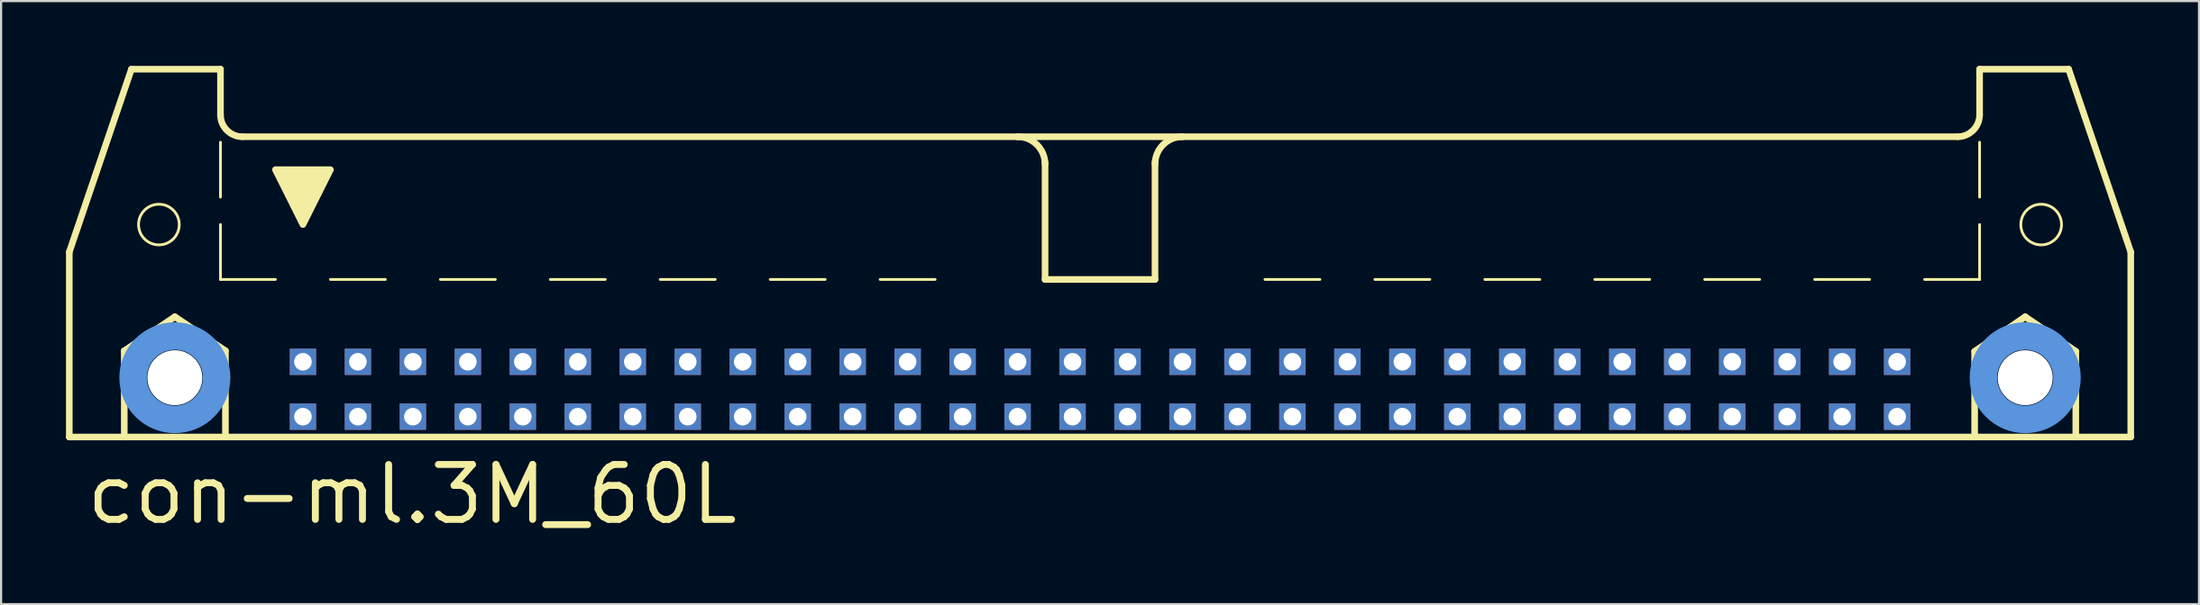
<source format=kicad_pcb>
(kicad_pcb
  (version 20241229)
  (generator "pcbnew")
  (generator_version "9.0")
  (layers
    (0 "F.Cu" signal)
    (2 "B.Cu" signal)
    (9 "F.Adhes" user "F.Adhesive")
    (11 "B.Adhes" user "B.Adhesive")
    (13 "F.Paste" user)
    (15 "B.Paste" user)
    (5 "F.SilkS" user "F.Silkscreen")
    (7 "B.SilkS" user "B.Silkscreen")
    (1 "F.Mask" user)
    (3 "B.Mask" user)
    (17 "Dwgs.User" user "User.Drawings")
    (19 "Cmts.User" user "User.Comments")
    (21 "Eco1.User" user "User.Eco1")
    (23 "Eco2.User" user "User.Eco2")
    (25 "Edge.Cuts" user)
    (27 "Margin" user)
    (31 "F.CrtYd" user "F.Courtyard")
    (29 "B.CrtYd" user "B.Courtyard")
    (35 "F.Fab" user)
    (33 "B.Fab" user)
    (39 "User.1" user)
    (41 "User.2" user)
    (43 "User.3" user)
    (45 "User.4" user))
  (footprint "con-ml.3M_60L"
    (layer "F.Cu")
    (at 47.777 11.151)
    (property "Reference" "con-ml.3M_60L" (at -46.99 10.16 0) (layer "F.SilkS") (effects (font (size 2.54 2.54) (thickness 0.32)) (justify left bottom)))
    (attr through_hole)
    (fp_line (start -47.625 -2.54) (end -47.625 6.02) (stroke (width 0.305) (type default)) (layer "F.SilkS"))
    (fp_line (start -47.625 -2.54) (end -44.755 -10.998) (stroke (width 0.305) (type default)) (layer "F.SilkS"))
    (fp_line (start -47.625 6.02) (end -45.085 6.02) (stroke (width 0.305) (type default)) (layer "F.SilkS"))
    (fp_line (start -45.085 2.032) (end -42.748 0.457) (stroke (width 0.305) (type default)) (layer "F.SilkS"))
    (fp_line (start -45.085 6.02) (end -45.085 2.032) (stroke (width 0.305) (type default)) (layer "F.SilkS"))
    (fp_line (start -45.085 6.02) (end -40.411 6.02) (stroke (width 0.305) (type default)) (layer "F.SilkS"))
    (fp_line (start -42.748 0.457) (end -40.411 2.032) (stroke (width 0.305) (type default)) (layer "F.SilkS"))
    (fp_line (start -40.64 -10.998) (end -44.755 -10.998) (stroke (width 0.305) (type default)) (layer "F.SilkS"))
    (fp_line (start -40.64 -8.89) (end -40.64 -10.998) (stroke (width 0.305) (type default)) (layer "F.SilkS"))
    (fp_line (start -40.64 -5.08) (end -40.64 -7.62) (stroke (width 0.127) (type default)) (layer "F.SilkS"))
    (fp_line (start -40.64 -1.27) (end -40.64 -3.81) (stroke (width 0.127) (type default)) (layer "F.SilkS"))
    (fp_line (start -40.64 -1.27) (end -38.1 -1.27) (stroke (width 0.127) (type default)) (layer "F.SilkS"))
    (fp_line (start -40.411 2.032) (end -40.411 6.02) (stroke (width 0.305) (type default)) (layer "F.SilkS"))
    (fp_line (start -40.411 6.02) (end 40.411 6.02) (stroke (width 0.305) (type default)) (layer "F.SilkS"))
    (fp_line (start -35.56 -1.27) (end -33.02 -1.27) (stroke (width 0.127) (type default)) (layer "F.SilkS"))
    (fp_line (start -30.48 -1.27) (end -27.94 -1.27) (stroke (width 0.127) (type default)) (layer "F.SilkS"))
    (fp_line (start -25.4 -1.27) (end -22.86 -1.27) (stroke (width 0.127) (type default)) (layer "F.SilkS"))
    (fp_line (start -20.32 -1.27) (end -17.78 -1.27) (stroke (width 0.127) (type default)) (layer "F.SilkS"))
    (fp_line (start -12.7 -1.27) (end -15.24 -1.27) (stroke (width 0.127) (type default)) (layer "F.SilkS"))
    (fp_line (start -7.62 -1.27) (end -10.16 -1.27) (stroke (width 0.127) (type default)) (layer "F.SilkS"))
    (fp_line (start -3.81 -7.874) (end -39.624 -7.874) (stroke (width 0.305) (type default)) (layer "F.SilkS"))
    (fp_line (start -3.81 -7.874) (end 39.624 -7.874) (stroke (width 0.305) (type default)) (layer "F.SilkS"))
    (fp_line (start -2.54 -1.27) (end -2.54 -6.68) (stroke (width 0.305) (type default)) (layer "F.SilkS"))
    (fp_line (start 2.54 -1.27) (end -2.54 -1.27) (stroke (width 0.305) (type default)) (layer "F.SilkS"))
    (fp_line (start 2.54 -1.27) (end 2.54 -6.68) (stroke (width 0.305) (type default)) (layer "F.SilkS"))
    (fp_line (start 7.62 -1.27) (end 10.16 -1.27) (stroke (width 0.127) (type default)) (layer "F.SilkS"))
    (fp_line (start 12.7 -1.27) (end 15.24 -1.27) (stroke (width 0.127) (type default)) (layer "F.SilkS"))
    (fp_line (start 20.32 -1.27) (end 17.78 -1.27) (stroke (width 0.127) (type default)) (layer "F.SilkS"))
    (fp_line (start 25.4 -1.27) (end 22.86 -1.27) (stroke (width 0.127) (type default)) (layer "F.SilkS"))
    (fp_line (start 30.48 -1.27) (end 27.94 -1.27) (stroke (width 0.127) (type default)) (layer "F.SilkS"))
    (fp_line (start 35.56 -1.27) (end 33.02 -1.27) (stroke (width 0.127) (type default)) (layer "F.SilkS"))
    (fp_line (start 40.411 2.057) (end 42.748 0.457) (stroke (width 0.305) (type default)) (layer "F.SilkS"))
    (fp_line (start 40.411 6.02) (end 40.411 2.057) (stroke (width 0.305) (type default)) (layer "F.SilkS"))
    (fp_line (start 40.411 6.02) (end 45.085 6.02) (stroke (width 0.305) (type default)) (layer "F.SilkS"))
    (fp_line (start 40.64 -10.998) (end 44.755 -10.998) (stroke (width 0.305) (type default)) (layer "F.SilkS"))
    (fp_line (start 40.64 -8.89) (end 40.64 -10.998) (stroke (width 0.305) (type default)) (layer "F.SilkS"))
    (fp_line (start 40.64 -5.08) (end 40.64 -7.62) (stroke (width 0.127) (type default)) (layer "F.SilkS"))
    (fp_line (start 40.64 -1.27) (end 38.1 -1.27) (stroke (width 0.127) (type default)) (layer "F.SilkS"))
    (fp_line (start 40.64 -1.27) (end 40.64 -3.81) (stroke (width 0.127) (type default)) (layer "F.SilkS"))
    (fp_line (start 42.748 0.457) (end 45.085 2.057) (stroke (width 0.305) (type default)) (layer "F.SilkS"))
    (fp_line (start 45.085 2.057) (end 45.085 6.02) (stroke (width 0.305) (type default)) (layer "F.SilkS"))
    (fp_line (start 45.085 6.02) (end 47.625 6.02) (stroke (width 0.305) (type default)) (layer "F.SilkS"))
    (fp_line (start 47.625 -2.54) (end 44.755 -10.998) (stroke (width 0.305) (type default)) (layer "F.SilkS"))
    (fp_line (start 47.625 6.02) (end 47.625 -2.54) (stroke (width 0.305) (type default)) (layer "F.SilkS"))
    (fp_arc (start -39.624 -7.874) (mid -40.34242 -8.17158) (end -40.64 -8.89) (stroke (width 0.3048) (type default)) (layer "F.SilkS"))
    (fp_arc (start -3.81 -7.874) (mid -2.911974 -7.502026) (end -2.54 -6.604) (stroke (width 0.3048) (type default)) (layer "F.SilkS"))
    (fp_arc (start 2.54 -6.604) (mid 2.911974 -7.502026) (end 3.81 -7.874) (stroke (width 0.3048) (type default)) (layer "F.SilkS"))
    (fp_arc (start 40.64 -8.89) (mid 40.34242 -8.17158) (end 39.624 -7.874) (stroke (width 0.3048) (type default)) (layer "F.SilkS"))
    (fp_circle (center -43.485 -3.81) (end -42.545 -3.81) (stroke (width 0.127) (type default)) (fill no) (layer "F.SilkS"))
    (fp_circle (center 43.485 -3.81) (end 44.425 -3.81) (stroke (width 0.127) (type default)) (fill no) (layer "F.SilkS"))
    (fp_poly (pts (xy -38.1 -6.35) (xy -35.56 -6.35) (xy -36.83 -3.81)) (stroke (width 0.305) (type default)) (fill yes) (layer "F.SilkS"))
    (fp_circle (center -42.748 3.277) (end -40.818 3.277) (stroke (width 1.27) (type default)) (fill no) (layer "Cmts.User"))
    (fp_circle (center 42.748 3.277) (end 44.679 3.277) (stroke (width 1.27) (type default)) (fill no) (layer "Cmts.User"))
    (pad "" np_thru_hole circle (at -42.748 3.277) (size 2.54 2.54) (drill 2.54) (layers "*.Cu" "*.Mask"))
    (pad "" np_thru_hole circle (at 42.748 3.277) (size 2.54 2.54) (drill 2.54) (layers "*.Cu" "*.Mask"))
    (pad "1" thru_hole rect (at -36.83 5.08) (size 1.219 1.219) (drill 0.813) (layers "*.Cu" "*.Mask"))
    (pad "2" thru_hole rect (at -36.83 2.54) (size 1.219 1.219) (drill 0.813) (layers "*.Cu" "*.Mask"))
    (pad "3" thru_hole rect (at -34.29 5.08) (size 1.219 1.219) (drill 0.813) (layers "*.Cu" "*.Mask"))
    (pad "4" thru_hole rect (at -34.29 2.54) (size 1.219 1.219) (drill 0.813) (layers "*.Cu" "*.Mask"))
    (pad "5" thru_hole rect (at -31.75 5.08) (size 1.219 1.219) (drill 0.813) (layers "*.Cu" "*.Mask"))
    (pad "6" thru_hole rect (at -31.75 2.54) (size 1.219 1.219) (drill 0.813) (layers "*.Cu" "*.Mask"))
    (pad "7" thru_hole rect (at -29.21 5.08) (size 1.219 1.219) (drill 0.813) (layers "*.Cu" "*.Mask"))
    (pad "8" thru_hole rect (at -29.21 2.54) (size 1.219 1.219) (drill 0.813) (layers "*.Cu" "*.Mask"))
    (pad "9" thru_hole rect (at -26.67 5.08) (size 1.219 1.219) (drill 0.813) (layers "*.Cu" "*.Mask"))
    (pad "10" thru_hole rect (at -26.67 2.54) (size 1.219 1.219) (drill 0.813) (layers "*.Cu" "*.Mask"))
    (pad "11" thru_hole rect (at -24.13 5.08) (size 1.219 1.219) (drill 0.813) (layers "*.Cu" "*.Mask"))
    (pad "12" thru_hole rect (at -24.13 2.54) (size 1.219 1.219) (drill 0.813) (layers "*.Cu" "*.Mask"))
    (pad "13" thru_hole rect (at -21.59 5.08) (size 1.219 1.219) (drill 0.813) (layers "*.Cu" "*.Mask"))
    (pad "14" thru_hole rect (at -21.59 2.54) (size 1.219 1.219) (drill 0.813) (layers "*.Cu" "*.Mask"))
    (pad "15" thru_hole rect (at -19.05 5.08) (size 1.219 1.219) (drill 0.813) (layers "*.Cu" "*.Mask"))
    (pad "16" thru_hole rect (at -19.05 2.54) (size 1.219 1.219) (drill 0.813) (layers "*.Cu" "*.Mask"))
    (pad "17" thru_hole rect (at -16.51 5.08) (size 1.219 1.219) (drill 0.813) (layers "*.Cu" "*.Mask"))
    (pad "18" thru_hole rect (at -16.51 2.54) (size 1.219 1.219) (drill 0.813) (layers "*.Cu" "*.Mask"))
    (pad "19" thru_hole rect (at -13.97 5.08) (size 1.219 1.219) (drill 0.813) (layers "*.Cu" "*.Mask"))
    (pad "20" thru_hole rect (at -13.97 2.54) (size 1.219 1.219) (drill 0.813) (layers "*.Cu" "*.Mask"))
    (pad "21" thru_hole rect (at -11.43 5.08) (size 1.219 1.219) (drill 0.813) (layers "*.Cu" "*.Mask"))
    (pad "22" thru_hole rect (at -11.43 2.54) (size 1.219 1.219) (drill 0.813) (layers "*.Cu" "*.Mask"))
    (pad "23" thru_hole rect (at -8.89 5.08) (size 1.219 1.219) (drill 0.813) (layers "*.Cu" "*.Mask"))
    (pad "24" thru_hole rect (at -8.89 2.54) (size 1.219 1.219) (drill 0.813) (layers "*.Cu" "*.Mask"))
    (pad "25" thru_hole rect (at -6.35 5.08) (size 1.219 1.219) (drill 0.813) (layers "*.Cu" "*.Mask"))
    (pad "26" thru_hole rect (at -6.35 2.54) (size 1.219 1.219) (drill 0.813) (layers "*.Cu" "*.Mask"))
    (pad "27" thru_hole rect (at -3.81 5.08) (size 1.219 1.219) (drill 0.813) (layers "*.Cu" "*.Mask"))
    (pad "28" thru_hole rect (at -3.81 2.54) (size 1.219 1.219) (drill 0.813) (layers "*.Cu" "*.Mask"))
    (pad "29" thru_hole rect (at -1.27 5.08) (size 1.219 1.219) (drill 0.813) (layers "*.Cu" "*.Mask"))
    (pad "30" thru_hole rect (at -1.27 2.54) (size 1.219 1.219) (drill 0.813) (layers "*.Cu" "*.Mask"))
    (pad "31" thru_hole rect (at 1.27 5.08) (size 1.219 1.219) (drill 0.813) (layers "*.Cu" "*.Mask"))
    (pad "32" thru_hole rect (at 1.27 2.54) (size 1.219 1.219) (drill 0.813) (layers "*.Cu" "*.Mask"))
    (pad "33" thru_hole rect (at 3.81 5.08) (size 1.219 1.219) (drill 0.813) (layers "*.Cu" "*.Mask"))
    (pad "34" thru_hole rect (at 3.81 2.54) (size 1.219 1.219) (drill 0.813) (layers "*.Cu" "*.Mask"))
    (pad "35" thru_hole rect (at 6.35 5.08) (size 1.219 1.219) (drill 0.813) (layers "*.Cu" "*.Mask"))
    (pad "36" thru_hole rect (at 6.35 2.54) (size 1.219 1.219) (drill 0.813) (layers "*.Cu" "*.Mask"))
    (pad "37" thru_hole rect (at 8.89 5.08) (size 1.219 1.219) (drill 0.813) (layers "*.Cu" "*.Mask"))
    (pad "38" thru_hole rect (at 8.89 2.54) (size 1.219 1.219) (drill 0.813) (layers "*.Cu" "*.Mask"))
    (pad "39" thru_hole rect (at 11.43 5.08) (size 1.219 1.219) (drill 0.813) (layers "*.Cu" "*.Mask"))
    (pad "40" thru_hole rect (at 11.43 2.54) (size 1.219 1.219) (drill 0.813) (layers "*.Cu" "*.Mask"))
    (pad "41" thru_hole rect (at 13.97 5.08) (size 1.219 1.219) (drill 0.813) (layers "*.Cu" "*.Mask"))
    (pad "42" thru_hole rect (at 13.97 2.54) (size 1.219 1.219) (drill 0.813) (layers "*.Cu" "*.Mask"))
    (pad "43" thru_hole rect (at 16.51 5.08) (size 1.219 1.219) (drill 0.813) (layers "*.Cu" "*.Mask"))
    (pad "44" thru_hole rect (at 16.51 2.54) (size 1.219 1.219) (drill 0.813) (layers "*.Cu" "*.Mask"))
    (pad "45" thru_hole rect (at 19.05 5.08) (size 1.219 1.219) (drill 0.813) (layers "*.Cu" "*.Mask"))
    (pad "46" thru_hole rect (at 19.05 2.54) (size 1.219 1.219) (drill 0.813) (layers "*.Cu" "*.Mask"))
    (pad "47" thru_hole rect (at 21.59 5.08) (size 1.219 1.219) (drill 0.813) (layers "*.Cu" "*.Mask"))
    (pad "48" thru_hole rect (at 21.59 2.54) (size 1.219 1.219) (drill 0.813) (layers "*.Cu" "*.Mask"))
    (pad "49" thru_hole rect (at 24.13 5.08) (size 1.219 1.219) (drill 0.813) (layers "*.Cu" "*.Mask"))
    (pad "50" thru_hole rect (at 24.13 2.54) (size 1.219 1.219) (drill 0.813) (layers "*.Cu" "*.Mask"))
    (pad "51" thru_hole rect (at 26.67 5.08) (size 1.219 1.219) (drill 0.813) (layers "*.Cu" "*.Mask"))
    (pad "52" thru_hole rect (at 26.67 2.54) (size 1.219 1.219) (drill 0.813) (layers "*.Cu" "*.Mask"))
    (pad "53" thru_hole rect (at 29.21 5.08) (size 1.219 1.219) (drill 0.813) (layers "*.Cu" "*.Mask"))
    (pad "54" thru_hole rect (at 29.21 2.54) (size 1.219 1.219) (drill 0.813) (layers "*.Cu" "*.Mask"))
    (pad "55" thru_hole rect (at 31.75 5.08) (size 1.219 1.219) (drill 0.813) (layers "*.Cu" "*.Mask"))
    (pad "56" thru_hole rect (at 31.75 2.54) (size 1.219 1.219) (drill 0.813) (layers "*.Cu" "*.Mask"))
    (pad "57" thru_hole rect (at 34.29 5.08) (size 1.219 1.219) (drill 0.813) (layers "*.Cu" "*.Mask"))
    (pad "58" thru_hole rect (at 34.29 2.54) (size 1.219 1.219) (drill 0.813) (layers "*.Cu" "*.Mask"))
    (pad "59" thru_hole rect (at 36.83 5.08) (size 1.219 1.219) (drill 0.813) (layers "*.Cu" "*.Mask"))
    (pad "60" thru_hole rect (at 36.83 2.54) (size 1.219 1.219) (drill 0.813) (layers "*.Cu" "*.Mask")))
  (gr_rect
    (start -3 -3)
    (end 98.555 24.906)
    (stroke (width 0.1) (type default))
    (fill no)
    (layer "Edge.Cuts")))
</source>
